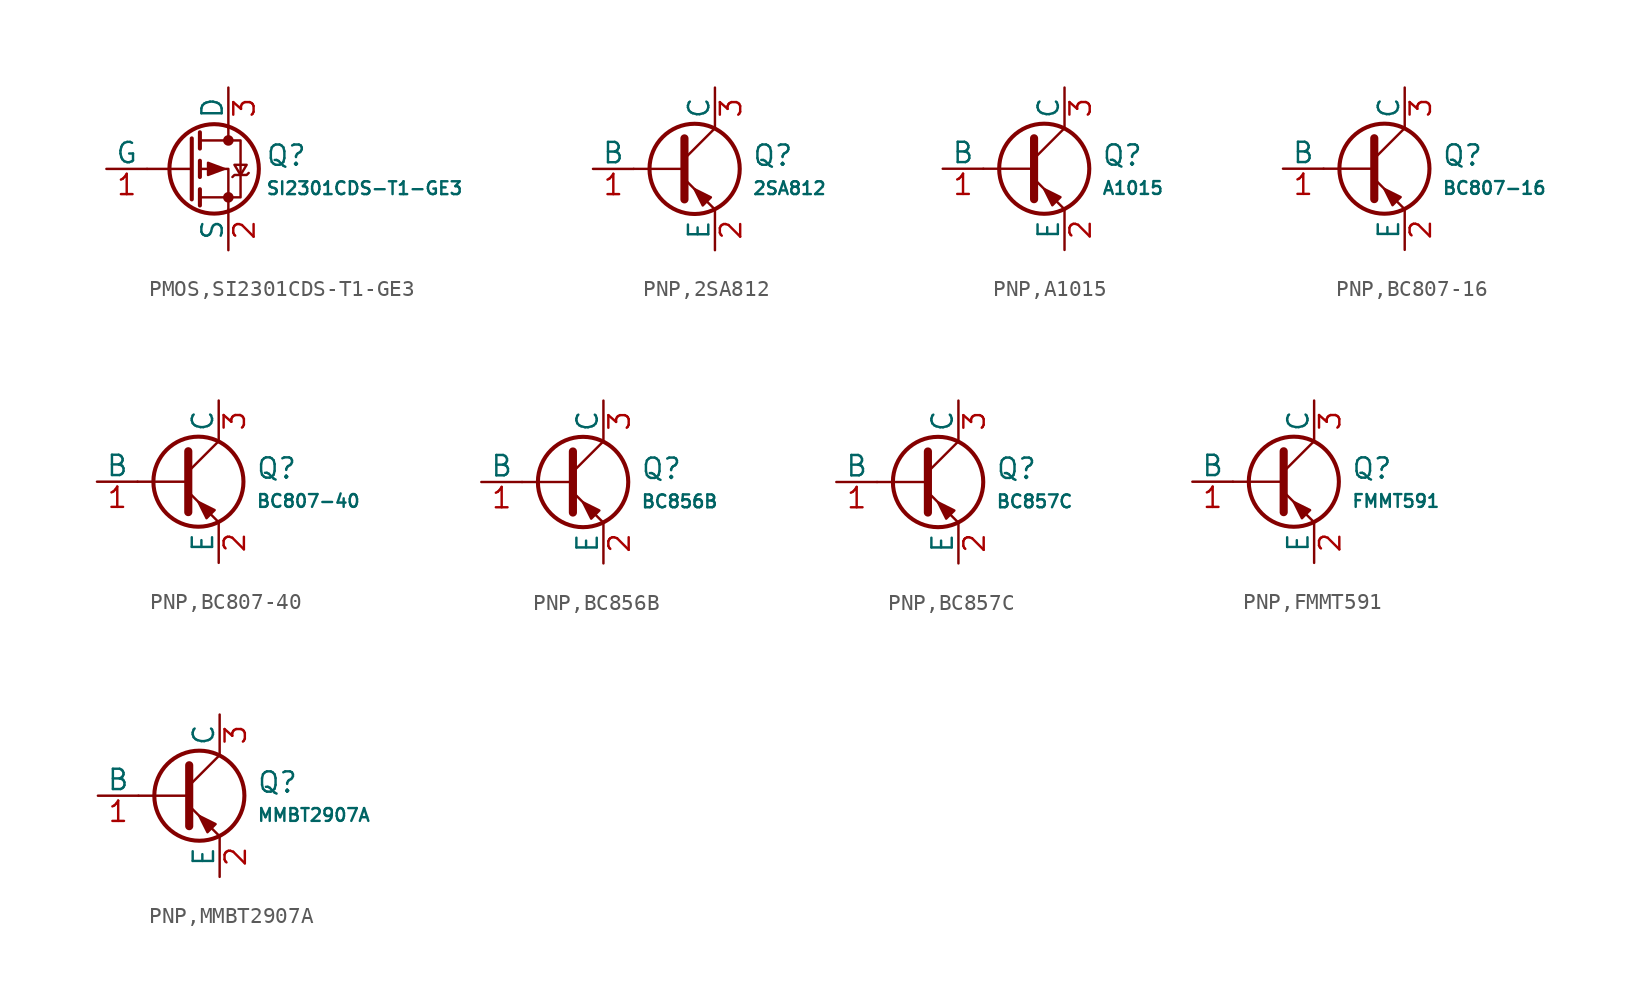
<source format=kicad_sym>
(kicad_symbol_lib
  (version 20231120)
  (generator "CDFER")
  (generator_version "8.0")
  (symbol "PMOS,SI2301CDS-T1-GE3"
    (pin_names
      (offset 0))
    (property "Reference" "Q"
      (at 4.851 0.834 0)
      (effects (font (size 1.27 1.27)) (justify left)))
    (property "Value" "SI2301CDS-T1-GE3"
      (at 4.851 -1.212 0)
      (effects (font (size 0.8 0.8)) (justify left)))
    (symbol "PMOS,SI2301CDS-T1-GE3_0_1"
      (polyline (pts (xy 0.254 0) (xy -2.54 0)) (stroke (width 0) (type default)) (fill (type none)))
      (polyline (pts (xy 0.254 1.905) (xy 0.254 -1.905)) (stroke (width 0.254) (type default)) (fill (type none)))
      (polyline (pts (xy 0.762 -1.27) (xy 0.762 -2.286)) (stroke (width 0.254) (type default)) (fill (type none)))
      (polyline (pts (xy 0.762 0.508) (xy 0.762 -0.508)) (stroke (width 0.254) (type default)) (fill (type none)))
      (polyline (pts (xy 0.762 2.286) (xy 0.762 1.27)) (stroke (width 0.254) (type default)) (fill (type none)))
      (polyline (pts (xy 2.54 2.54) (xy 2.54 1.778)) (stroke (width 0) (type default)) (fill (type none)))
      (polyline (pts (xy 2.54 -2.54) (xy 2.54 0) (xy 0.762 0)) (stroke (width 0) (type default)) (fill (type none)))
      (polyline (pts (xy 0.762 1.778) (xy 3.302 1.778) (xy 3.302 -1.778) (xy 0.762 -1.778)) (stroke (width 0) (type default)) (fill (type none)))
      (polyline (pts (xy 2.286 0) (xy 1.27 0.381) (xy 1.27 -0.381) (xy 2.286 0)) (stroke (width 0) (type default)) (fill (type outline)))
      (polyline (pts (xy 2.794 -0.508) (xy 2.921 -0.381) (xy 3.683 -0.381) (xy 3.81 -0.254)) (stroke (width 0) (type default)) (fill (type none)))
      (polyline (pts (xy 3.302 -0.381) (xy 2.921 0.254) (xy 3.683 0.254) (xy 3.302 -0.381)) (stroke (width 0) (type default)) (fill (type none)))
      (circle (center 1.651 0) (radius 2.794) (stroke (width 0.254) (type default)) (fill (type none)))
      (circle (center 2.54 -1.778) (radius 0.254) (stroke (width 0) (type default)) (fill (type outline)))
      (circle (center 2.54 1.778) (radius 0.254) (stroke (width 0) (type default)) (fill (type outline))))
    (symbol "PMOS,SI2301CDS-T1-GE3_1_1"
      (pin passive line (at 2.54 5.08 270) (length 2.54) (name "D" (effects (font (size 1.27 1.27)))) (number "3" (effects (font (size 1.27 1.27)))))
      (pin input line (at -5.08 0 0) (length 2.54) (name "G" (effects (font (size 1.27 1.27)))) (number "1" (effects (font (size 1.27 1.27)))))
      (pin passive line (at 2.54 -5.08 90) (length 2.54) (name "S" (effects (font (size 1.27 1.27)))) (number "2" (effects (font (size 1.27 1.27)))))))
  (symbol "PNP,2SA812"
    (pin_names
      (offset 0))
    (property "Reference" "Q"
      (at 4.851 0.834 0)
      (effects (font (size 1.27 1.27)) (justify left)))
    (property "Value" "2SA812"
      (at 4.851 -1.212 0)
      (effects (font (size 0.8 0.8)) (justify left)))
    (symbol "PNP,2SA812_0_1"
      (polyline (pts (xy -2.54 0) (xy 0.635 0)) (stroke (width 0.152) (type default)) (fill (type none)))
      (polyline (pts (xy 0.635 0.635) (xy 2.54 2.54)) (stroke (width 0) (type default)) (fill (type none)))
      (polyline (pts (xy 0.635 -0.635) (xy 2.54 -2.54) (xy 2.54 -2.54)) (stroke (width 0) (type default)) (fill (type none)))
      (polyline (pts (xy 0.635 1.905) (xy 0.635 -1.905) (xy 0.635 -1.905)) (stroke (width 0.508) (type default)) (fill (type none)))
      (polyline (pts (xy 2.286 -1.778) (xy 1.778 -2.286) (xy 1.27 -1.27) (xy 2.286 -1.778) (xy 2.286 -1.778)) (stroke (width 0) (type default)) (fill (type outline)))
      (circle (center 1.27 0) (radius 2.819) (stroke (width 0.254) (type default)) (fill (type none))))
    (symbol "PNP,2SA812_1_1"
      (pin open_collector line (at 2.54 5.08 270) (length 2.54) (name "C" (effects (font (size 1.27 1.27)))) (number "3" (effects (font (size 1.27 1.27)))))
      (pin input line (at -5.08 0 0) (length 2.54) (name "B" (effects (font (size 1.27 1.27)))) (number "1" (effects (font (size 1.27 1.27)))))
      (pin open_emitter line (at 2.54 -5.08 90) (length 2.54) (name "E" (effects (font (size 1.27 1.27)))) (number "2" (effects (font (size 1.27 1.27)))))))
  (symbol "PNP,A1015"
    (pin_names
      (offset 0))
    (property "Reference" "Q"
      (at 4.851 0.834 0)
      (effects (font (size 1.27 1.27)) (justify left)))
    (property "Value" "A1015"
      (at 4.851 -1.212 0)
      (effects (font (size 0.8 0.8)) (justify left)))
    (symbol "PNP,A1015_0_1"
      (polyline (pts (xy -2.54 0) (xy 0.635 0)) (stroke (width 0.152) (type default)) (fill (type none)))
      (polyline (pts (xy 0.635 0.635) (xy 2.54 2.54)) (stroke (width 0) (type default)) (fill (type none)))
      (polyline (pts (xy 0.635 -0.635) (xy 2.54 -2.54) (xy 2.54 -2.54)) (stroke (width 0) (type default)) (fill (type none)))
      (polyline (pts (xy 0.635 1.905) (xy 0.635 -1.905) (xy 0.635 -1.905)) (stroke (width 0.508) (type default)) (fill (type none)))
      (polyline (pts (xy 2.286 -1.778) (xy 1.778 -2.286) (xy 1.27 -1.27) (xy 2.286 -1.778) (xy 2.286 -1.778)) (stroke (width 0) (type default)) (fill (type outline)))
      (circle (center 1.27 0) (radius 2.819) (stroke (width 0.254) (type default)) (fill (type none))))
    (symbol "PNP,A1015_1_1"
      (pin open_collector line (at 2.54 5.08 270) (length 2.54) (name "C" (effects (font (size 1.27 1.27)))) (number "3" (effects (font (size 1.27 1.27)))))
      (pin input line (at -5.08 0 0) (length 2.54) (name "B" (effects (font (size 1.27 1.27)))) (number "1" (effects (font (size 1.27 1.27)))))
      (pin open_emitter line (at 2.54 -5.08 90) (length 2.54) (name "E" (effects (font (size 1.27 1.27)))) (number "2" (effects (font (size 1.27 1.27)))))))
  (symbol "PNP,BC807-16"
    (pin_names
      (offset 0))
    (property "Reference" "Q"
      (at 4.851 0.834 0)
      (effects (font (size 1.27 1.27)) (justify left)))
    (property "Value" "BC807-16"
      (at 4.851 -1.212 0)
      (effects (font (size 0.8 0.8)) (justify left)))
    (symbol "PNP,BC807-16_0_1"
      (polyline (pts (xy -2.54 0) (xy 0.635 0)) (stroke (width 0.152) (type default)) (fill (type none)))
      (polyline (pts (xy 0.635 0.635) (xy 2.54 2.54)) (stroke (width 0) (type default)) (fill (type none)))
      (polyline (pts (xy 0.635 -0.635) (xy 2.54 -2.54) (xy 2.54 -2.54)) (stroke (width 0) (type default)) (fill (type none)))
      (polyline (pts (xy 0.635 1.905) (xy 0.635 -1.905) (xy 0.635 -1.905)) (stroke (width 0.508) (type default)) (fill (type none)))
      (polyline (pts (xy 2.286 -1.778) (xy 1.778 -2.286) (xy 1.27 -1.27) (xy 2.286 -1.778) (xy 2.286 -1.778)) (stroke (width 0) (type default)) (fill (type outline)))
      (circle (center 1.27 0) (radius 2.819) (stroke (width 0.254) (type default)) (fill (type none))))
    (symbol "PNP,BC807-16_1_1"
      (pin open_collector line (at 2.54 5.08 270) (length 2.54) (name "C" (effects (font (size 1.27 1.27)))) (number "3" (effects (font (size 1.27 1.27)))))
      (pin input line (at -5.08 0 0) (length 2.54) (name "B" (effects (font (size 1.27 1.27)))) (number "1" (effects (font (size 1.27 1.27)))))
      (pin open_emitter line (at 2.54 -5.08 90) (length 2.54) (name "E" (effects (font (size 1.27 1.27)))) (number "2" (effects (font (size 1.27 1.27)))))))
  (symbol "PNP,BC807-40"
    (pin_names
      (offset 0))
    (property "Reference" "Q"
      (at 4.851 0.834 0)
      (effects (font (size 1.27 1.27)) (justify left)))
    (property "Value" "BC807-40"
      (at 4.851 -1.212 0)
      (effects (font (size 0.8 0.8)) (justify left)))
    (symbol "PNP,BC807-40_0_1"
      (polyline (pts (xy -2.54 0) (xy 0.635 0)) (stroke (width 0.152) (type default)) (fill (type none)))
      (polyline (pts (xy 0.635 0.635) (xy 2.54 2.54)) (stroke (width 0) (type default)) (fill (type none)))
      (polyline (pts (xy 0.635 -0.635) (xy 2.54 -2.54) (xy 2.54 -2.54)) (stroke (width 0) (type default)) (fill (type none)))
      (polyline (pts (xy 0.635 1.905) (xy 0.635 -1.905) (xy 0.635 -1.905)) (stroke (width 0.508) (type default)) (fill (type none)))
      (polyline (pts (xy 2.286 -1.778) (xy 1.778 -2.286) (xy 1.27 -1.27) (xy 2.286 -1.778) (xy 2.286 -1.778)) (stroke (width 0) (type default)) (fill (type outline)))
      (circle (center 1.27 0) (radius 2.819) (stroke (width 0.254) (type default)) (fill (type none))))
    (symbol "PNP,BC807-40_1_1"
      (pin open_collector line (at 2.54 5.08 270) (length 2.54) (name "C" (effects (font (size 1.27 1.27)))) (number "3" (effects (font (size 1.27 1.27)))))
      (pin input line (at -5.08 0 0) (length 2.54) (name "B" (effects (font (size 1.27 1.27)))) (number "1" (effects (font (size 1.27 1.27)))))
      (pin open_emitter line (at 2.54 -5.08 90) (length 2.54) (name "E" (effects (font (size 1.27 1.27)))) (number "2" (effects (font (size 1.27 1.27)))))))
  (symbol "PNP,BC856B"
    (pin_names
      (offset 0))
    (property "Reference" "Q"
      (at 4.851 0.834 0)
      (effects (font (size 1.27 1.27)) (justify left)))
    (property "Value" "BC856B"
      (at 4.851 -1.212 0)
      (effects (font (size 0.8 0.8)) (justify left)))
    (symbol "PNP,BC856B_0_1"
      (polyline (pts (xy -2.54 0) (xy 0.635 0)) (stroke (width 0.152) (type default)) (fill (type none)))
      (polyline (pts (xy 0.635 0.635) (xy 2.54 2.54)) (stroke (width 0) (type default)) (fill (type none)))
      (polyline (pts (xy 0.635 -0.635) (xy 2.54 -2.54) (xy 2.54 -2.54)) (stroke (width 0) (type default)) (fill (type none)))
      (polyline (pts (xy 0.635 1.905) (xy 0.635 -1.905) (xy 0.635 -1.905)) (stroke (width 0.508) (type default)) (fill (type none)))
      (polyline (pts (xy 2.286 -1.778) (xy 1.778 -2.286) (xy 1.27 -1.27) (xy 2.286 -1.778) (xy 2.286 -1.778)) (stroke (width 0) (type default)) (fill (type outline)))
      (circle (center 1.27 0) (radius 2.819) (stroke (width 0.254) (type default)) (fill (type none))))
    (symbol "PNP,BC856B_1_1"
      (pin open_collector line (at 2.54 5.08 270) (length 2.54) (name "C" (effects (font (size 1.27 1.27)))) (number "3" (effects (font (size 1.27 1.27)))))
      (pin input line (at -5.08 0 0) (length 2.54) (name "B" (effects (font (size 1.27 1.27)))) (number "1" (effects (font (size 1.27 1.27)))))
      (pin open_emitter line (at 2.54 -5.08 90) (length 2.54) (name "E" (effects (font (size 1.27 1.27)))) (number "2" (effects (font (size 1.27 1.27)))))))
  (symbol "PNP,BC857C"
    (pin_names
      (offset 0))
    (property "Reference" "Q"
      (at 4.851 0.834 0)
      (effects (font (size 1.27 1.27)) (justify left)))
    (property "Value" "BC857C"
      (at 4.851 -1.212 0)
      (effects (font (size 0.8 0.8)) (justify left)))
    (symbol "PNP,BC857C_0_1"
      (polyline (pts (xy -2.54 0) (xy 0.635 0)) (stroke (width 0.152) (type default)) (fill (type none)))
      (polyline (pts (xy 0.635 0.635) (xy 2.54 2.54)) (stroke (width 0) (type default)) (fill (type none)))
      (polyline (pts (xy 0.635 -0.635) (xy 2.54 -2.54) (xy 2.54 -2.54)) (stroke (width 0) (type default)) (fill (type none)))
      (polyline (pts (xy 0.635 1.905) (xy 0.635 -1.905) (xy 0.635 -1.905)) (stroke (width 0.508) (type default)) (fill (type none)))
      (polyline (pts (xy 2.286 -1.778) (xy 1.778 -2.286) (xy 1.27 -1.27) (xy 2.286 -1.778) (xy 2.286 -1.778)) (stroke (width 0) (type default)) (fill (type outline)))
      (circle (center 1.27 0) (radius 2.819) (stroke (width 0.254) (type default)) (fill (type none))))
    (symbol "PNP,BC857C_1_1"
      (pin open_collector line (at 2.54 5.08 270) (length 2.54) (name "C" (effects (font (size 1.27 1.27)))) (number "3" (effects (font (size 1.27 1.27)))))
      (pin input line (at -5.08 0 0) (length 2.54) (name "B" (effects (font (size 1.27 1.27)))) (number "1" (effects (font (size 1.27 1.27)))))
      (pin open_emitter line (at 2.54 -5.08 90) (length 2.54) (name "E" (effects (font (size 1.27 1.27)))) (number "2" (effects (font (size 1.27 1.27)))))))
  (symbol "PNP,FMMT591"
    (pin_names
      (offset 0))
    (property "Reference" "Q"
      (at 4.851 0.834 0)
      (effects (font (size 1.27 1.27)) (justify left)))
    (property "Value" "FMMT591"
      (at 4.851 -1.212 0)
      (effects (font (size 0.8 0.8)) (justify left)))
    (symbol "PNP,FMMT591_0_1"
      (polyline (pts (xy -2.54 0) (xy 0.635 0)) (stroke (width 0.152) (type default)) (fill (type none)))
      (polyline (pts (xy 0.635 0.635) (xy 2.54 2.54)) (stroke (width 0) (type default)) (fill (type none)))
      (polyline (pts (xy 0.635 -0.635) (xy 2.54 -2.54) (xy 2.54 -2.54)) (stroke (width 0) (type default)) (fill (type none)))
      (polyline (pts (xy 0.635 1.905) (xy 0.635 -1.905) (xy 0.635 -1.905)) (stroke (width 0.508) (type default)) (fill (type none)))
      (polyline (pts (xy 2.286 -1.778) (xy 1.778 -2.286) (xy 1.27 -1.27) (xy 2.286 -1.778) (xy 2.286 -1.778)) (stroke (width 0) (type default)) (fill (type outline)))
      (circle (center 1.27 0) (radius 2.819) (stroke (width 0.254) (type default)) (fill (type none))))
    (symbol "PNP,FMMT591_1_1"
      (pin open_collector line (at 2.54 5.08 270) (length 2.54) (name "C" (effects (font (size 1.27 1.27)))) (number "3" (effects (font (size 1.27 1.27)))))
      (pin input line (at -5.08 0 0) (length 2.54) (name "B" (effects (font (size 1.27 1.27)))) (number "1" (effects (font (size 1.27 1.27)))))
      (pin open_emitter line (at 2.54 -5.08 90) (length 2.54) (name "E" (effects (font (size 1.27 1.27)))) (number "2" (effects (font (size 1.27 1.27)))))))
  (symbol "PNP,MMBT2907A"
    (pin_names
      (offset 0))
    (property "Reference" "Q"
      (at 4.851 0.834 0)
      (effects (font (size 1.27 1.27)) (justify left)))
    (property "Value" "MMBT2907A"
      (at 4.851 -1.212 0)
      (effects (font (size 0.8 0.8)) (justify left)))
    (symbol "PNP,MMBT2907A_0_1"
      (polyline (pts (xy -2.54 0) (xy 0.635 0)) (stroke (width 0.152) (type default)) (fill (type none)))
      (polyline (pts (xy 0.635 0.635) (xy 2.54 2.54)) (stroke (width 0) (type default)) (fill (type none)))
      (polyline (pts (xy 0.635 -0.635) (xy 2.54 -2.54) (xy 2.54 -2.54)) (stroke (width 0) (type default)) (fill (type none)))
      (polyline (pts (xy 0.635 1.905) (xy 0.635 -1.905) (xy 0.635 -1.905)) (stroke (width 0.508) (type default)) (fill (type none)))
      (polyline (pts (xy 2.286 -1.778) (xy 1.778 -2.286) (xy 1.27 -1.27) (xy 2.286 -1.778) (xy 2.286 -1.778)) (stroke (width 0) (type default)) (fill (type outline)))
      (circle (center 1.27 0) (radius 2.819) (stroke (width 0.254) (type default)) (fill (type none))))
    (symbol "PNP,MMBT2907A_1_1"
      (pin open_collector line (at 2.54 5.08 270) (length 2.54) (name "C" (effects (font (size 1.27 1.27)))) (number "3" (effects (font (size 1.27 1.27)))))
      (pin input line (at -5.08 0 0) (length 2.54) (name "B" (effects (font (size 1.27 1.27)))) (number "1" (effects (font (size 1.27 1.27)))))
      (pin open_emitter line (at 2.54 -5.08 90) (length 2.54) (name "E" (effects (font (size 1.27 1.27)))) (number "2" (effects (font (size 1.27 1.27))))))))
</source>
